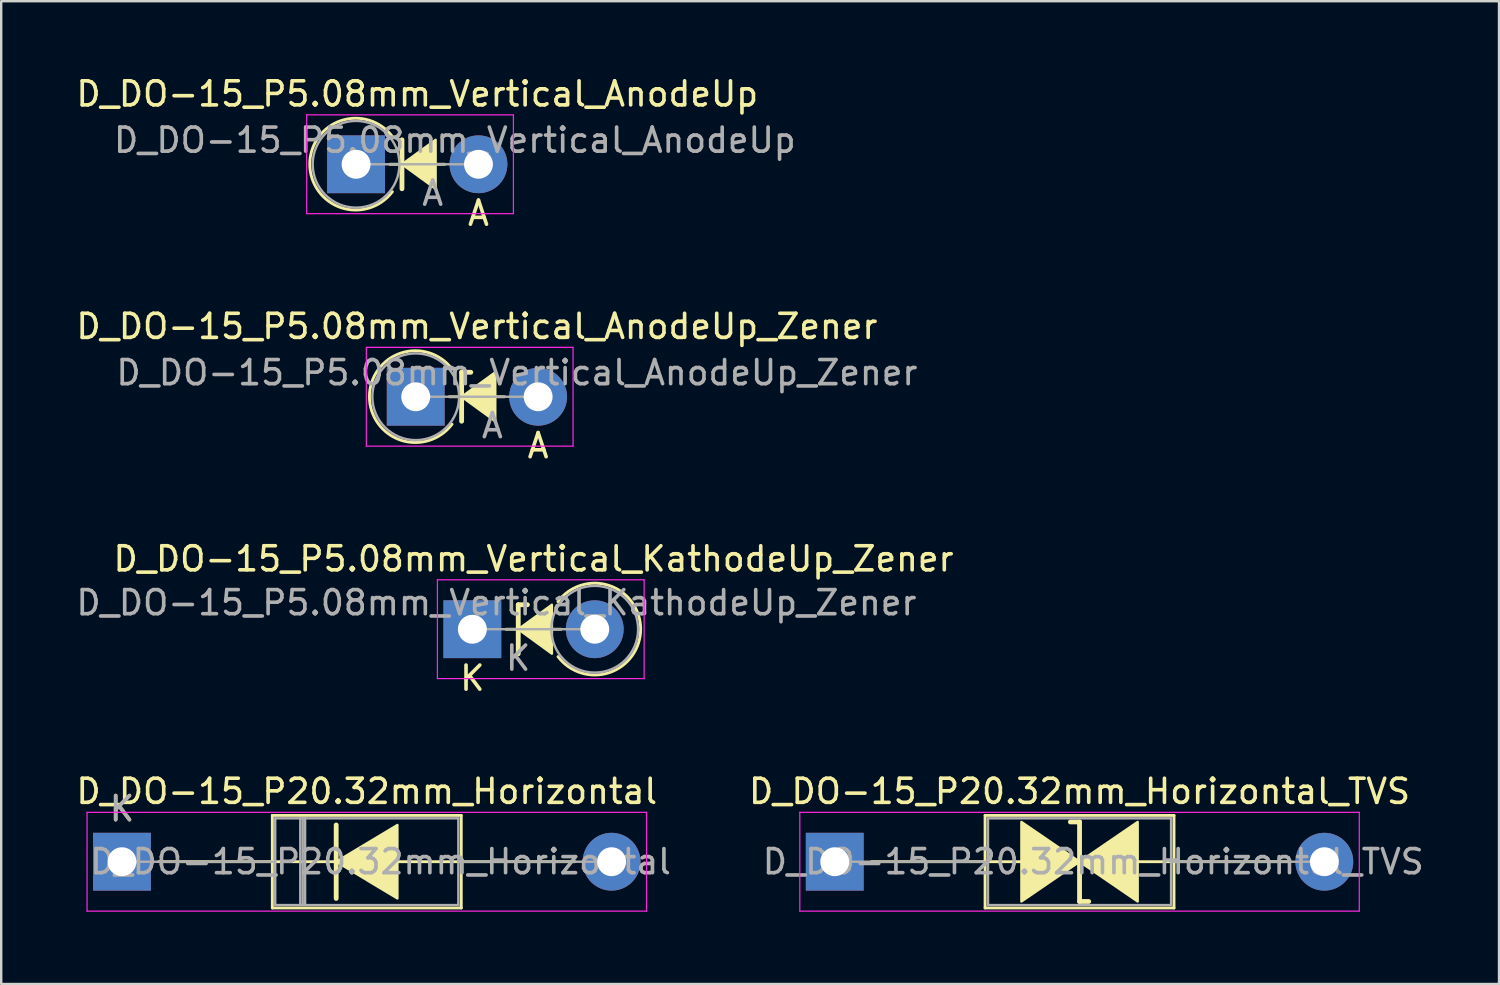
<source format=kicad_pcb>
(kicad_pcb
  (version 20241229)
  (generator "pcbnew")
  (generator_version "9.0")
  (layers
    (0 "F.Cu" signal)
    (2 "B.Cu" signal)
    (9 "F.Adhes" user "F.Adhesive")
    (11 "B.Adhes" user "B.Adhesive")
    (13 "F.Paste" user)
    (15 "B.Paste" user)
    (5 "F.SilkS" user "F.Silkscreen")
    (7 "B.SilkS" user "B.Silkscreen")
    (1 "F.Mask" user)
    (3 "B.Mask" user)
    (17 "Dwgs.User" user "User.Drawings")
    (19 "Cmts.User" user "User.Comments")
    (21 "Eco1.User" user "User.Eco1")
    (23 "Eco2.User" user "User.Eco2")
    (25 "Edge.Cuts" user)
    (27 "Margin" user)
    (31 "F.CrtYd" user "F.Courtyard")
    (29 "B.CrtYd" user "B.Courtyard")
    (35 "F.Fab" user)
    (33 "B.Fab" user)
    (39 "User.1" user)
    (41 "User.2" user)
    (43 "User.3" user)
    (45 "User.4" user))
  (footprint "D_DO-15_P20.32mm_Horizontal_TVS"
    (layer "F.Cu")
    (at 31.595 32.714)
    (property "Reference" "D_DO-15_P20.32mm_Horizontal_TVS" (at 10.16 -2.92 0) (layer "F.SilkS") (effects (font (size 1 1) (thickness 0.15))))
    (attr through_hole)
    (fp_line (start 1.524 0) (end 6.24 0) (stroke (width 0.12) (type solid)) (layer "F.SilkS"))
    (fp_line (start 6.24 -1.92) (end 6.24 1.92) (stroke (width 0.12) (type solid)) (layer "F.SilkS"))
    (fp_line (start 6.24 0) (end 7.747 0) (stroke (width 0.12) (type solid)) (layer "F.SilkS"))
    (fp_line (start 6.24 1.92) (end 14.08 1.92) (stroke (width 0.12) (type solid)) (layer "F.SilkS"))
    (fp_line (start 10.16 -1.651) (end 9.779 -1.651) (stroke (width 0.2) (type solid)) (layer "F.SilkS"))
    (fp_line (start 10.16 1.651) (end 10.16 -1.651) (stroke (width 0.2) (type solid)) (layer "F.SilkS"))
    (fp_line (start 10.541 1.651) (end 10.16 1.651) (stroke (width 0.2) (type solid)) (layer "F.SilkS"))
    (fp_line (start 14.08 -1.92) (end 6.24 -1.92) (stroke (width 0.12) (type solid)) (layer "F.SilkS"))
    (fp_line (start 14.08 1.92) (end 14.08 -1.92) (stroke (width 0.12) (type solid)) (layer "F.SilkS"))
    (fp_line (start 14.097 0) (end 12.573 0) (stroke (width 0.12) (type solid)) (layer "F.SilkS"))
    (fp_line (start 18.796 0) (end 14.08 0) (stroke (width 0.12) (type solid)) (layer "F.SilkS"))
    (fp_poly (pts (xy 10.16 0) (xy 7.747 1.651) (xy 7.747 -1.651)) (stroke (width 0.1) (type solid)) (fill yes) (layer "F.SilkS"))
    (fp_poly (pts (xy 10.16 0) (xy 12.573 -1.651) (xy 12.573 1.651)) (stroke (width 0.1) (type solid)) (fill yes) (layer "F.SilkS"))
    (fp_line (start -1.45 -2.05) (end -1.45 2.05) (stroke (width 0.05) (type solid)) (layer "F.CrtYd"))
    (fp_line (start -1.45 2.05) (end 21.77 2.05) (stroke (width 0.05) (type solid)) (layer "F.CrtYd"))
    (fp_line (start 21.77 -2.05) (end -1.45 -2.05) (stroke (width 0.05) (type solid)) (layer "F.CrtYd"))
    (fp_line (start 21.77 2.05) (end 21.77 -2.05) (stroke (width 0.05) (type solid)) (layer "F.CrtYd"))
    (fp_line (start 0 0) (end 6.36 0) (stroke (width 0.1) (type solid)) (layer "F.Fab"))
    (fp_line (start 6.36 -1.8) (end 6.36 1.8) (stroke (width 0.1) (type solid)) (layer "F.Fab"))
    (fp_line (start 6.36 1.8) (end 13.96 1.8) (stroke (width 0.1) (type solid)) (layer "F.Fab"))
    (fp_line (start 13.96 -1.8) (end 6.36 -1.8) (stroke (width 0.1) (type solid)) (layer "F.Fab"))
    (fp_line (start 13.96 1.8) (end 13.96 -1.8) (stroke (width 0.1) (type solid)) (layer "F.Fab"))
    (fp_line (start 20.32 0) (end 13.96 0) (stroke (width 0.1) (type solid)) (layer "F.Fab"))
    (fp_text user "${REFERENCE}" (at 10.73 0 0) (layer "F.Fab") (effects (font (size 1 1) (thickness 0.15))))
    (pad "1" thru_hole rect (at 0 0) (size 2.4 2.4) (drill 1.2) (layers "*.Cu" "*.Mask"))
    (pad "2" thru_hole oval (at 20.32 0) (size 2.4 2.4) (drill 1.2) (layers "*.Cu" "*.Mask")))
  (footprint "D_DO-15_P5.08mm_Vertical_AnodeUp_Zener"
    (layer "F.Cu")
    (at 14.204 13.417)
    (property "Reference" "D_DO-15_P5.08mm_Vertical_AnodeUp_Zener" (at 2.54 -2.92 0) (layer "F.SilkS") (effects (font (size 1 1) (thickness 0.15))))
    (attr through_hole)
    (fp_line (start 1.397 0) (end 2.413 0) (stroke (width 0.12) (type solid)) (layer "F.SilkS"))
    (fp_line (start 1.905 -1.016) (end 1.905 1.016) (stroke (width 0.2) (type solid)) (layer "F.SilkS"))
    (fp_line (start 1.905 -1.016) (end 2.286 -1.016) (stroke (width 0.2) (type solid)) (layer "F.SilkS"))
    (fp_line (start 1.92 0) (end 3.683 0) (stroke (width 0.12) (type solid)) (layer "F.SilkS"))
    (fp_arc (start 1.506315 1.139497) (mid -1.921017 -0.00711) (end 1.507982 -1.148722) (stroke (width 0.12) (type solid)) (layer "F.SilkS"))
    (fp_poly (pts (xy 3.302 1.016) (xy 1.905 0) (xy 3.302 -1.016)) (stroke (width 0.1) (type solid)) (fill yes) (layer "F.SilkS"))
    (fp_line (start -2.05 -2.05) (end -2.05 2.05) (stroke (width 0.05) (type solid)) (layer "F.CrtYd"))
    (fp_line (start -2.05 2.05) (end 6.53 2.05) (stroke (width 0.05) (type solid)) (layer "F.CrtYd"))
    (fp_line (start 6.53 -2.05) (end -2.05 -2.05) (stroke (width 0.05) (type solid)) (layer "F.CrtYd"))
    (fp_line (start 6.53 2.05) (end 6.53 -2.05) (stroke (width 0.05) (type solid)) (layer "F.CrtYd"))
    (fp_line (start 0 0) (end 5.08 0) (stroke (width 0.1) (type solid)) (layer "F.Fab"))
    (fp_circle (center 0 0) (end 1.8 0) (stroke (width 0.1) (type solid)) (fill no) (layer "F.Fab"))
    (fp_text user "A" (at 5.08 2.032 0) (layer "F.SilkS") (effects (font (size 1 1) (thickness 0.15))))
    (fp_text user "${REFERENCE}" (at 4.2 -1 0) (layer "F.Fab") (effects (font (size 1 1) (thickness 0.15))))
    (fp_text user "A" (at 3.18 1.2 0) (layer "F.Fab") (effects (font (size 1 1) (thickness 0.15))))
    (pad "1" thru_hole rect (at 0 0) (size 2.4 2.4) (drill 1.2) (layers "*.Cu" "*.Mask"))
    (pad "2" thru_hole oval (at 5.08 0) (size 2.4 2.4) (drill 1.2) (layers "*.Cu" "*.Mask")))
  (footprint "D_DO-15_P5.08mm_Vertical_AnodeUp"
    (layer "F.Cu")
    (at 11.728 3.768)
    (property "Reference" "D_DO-15_P5.08mm_Vertical_AnodeUp" (at 2.54 -2.92 0) (layer "F.SilkS") (effects (font (size 1 1) (thickness 0.15))))
    (attr through_hole)
    (fp_line (start 1.397 0) (end 2.413 0) (stroke (width 0.12) (type solid)) (layer "F.SilkS"))
    (fp_line (start 1.905 -1.016) (end 1.905 1.016) (stroke (width 0.2) (type solid)) (layer "F.SilkS"))
    (fp_line (start 1.92 0) (end 3.683 0) (stroke (width 0.12) (type solid)) (layer "F.SilkS"))
    (fp_arc (start 1.506315 1.139497) (mid -1.921017 -0.00711) (end 1.507982 -1.148722) (stroke (width 0.12) (type solid)) (layer "F.SilkS"))
    (fp_poly (pts (xy 3.302 1.016) (xy 1.905 0) (xy 3.302 -1.016)) (stroke (width 0.1) (type solid)) (fill yes) (layer "F.SilkS"))
    (fp_line (start -2.05 -2.05) (end -2.05 2.05) (stroke (width 0.05) (type solid)) (layer "F.CrtYd"))
    (fp_line (start -2.05 2.05) (end 6.53 2.05) (stroke (width 0.05) (type solid)) (layer "F.CrtYd"))
    (fp_line (start 6.53 -2.05) (end -2.05 -2.05) (stroke (width 0.05) (type solid)) (layer "F.CrtYd"))
    (fp_line (start 6.53 2.05) (end 6.53 -2.05) (stroke (width 0.05) (type solid)) (layer "F.CrtYd"))
    (fp_line (start 0 0) (end 5.08 0) (stroke (width 0.1) (type solid)) (layer "F.Fab"))
    (fp_circle (center 0 0) (end 1.8 0) (stroke (width 0.1) (type solid)) (fill no) (layer "F.Fab"))
    (fp_text user "A" (at 5.08 2.032 0) (layer "F.SilkS") (effects (font (size 1 1) (thickness 0.15))))
    (fp_text user "${REFERENCE}" (at 4.1 -1 0) (layer "F.Fab") (effects (font (size 1 1) (thickness 0.15))))
    (fp_text user "A" (at 3.18 1.2 0) (layer "F.Fab") (effects (font (size 1 1) (thickness 0.15))))
    (pad "1" thru_hole rect (at 0 0) (size 2.4 2.4) (drill 1.2) (layers "*.Cu" "*.Mask"))
    (pad "2" thru_hole oval (at 5.08 0) (size 2.4 2.4) (drill 1.2) (layers "*.Cu" "*.Mask")))
  (footprint "D_DO-15_P20.32mm_Horizontal"
    (layer "F.Cu")
    (at 2.013 32.714)
    (property "Reference" "D_DO-15_P20.32mm_Horizontal" (at 10.16 -2.92 0) (layer "F.SilkS") (effects (font (size 1 1) (thickness 0.15))))
    (attr through_hole)
    (fp_line (start 1.524 0) (end 6.24 0) (stroke (width 0.12) (type solid)) (layer "F.SilkS"))
    (fp_line (start 6.24 -1.92) (end 6.24 1.92) (stroke (width 0.12) (type solid)) (layer "F.SilkS"))
    (fp_line (start 6.24 1.92) (end 14.08 1.92) (stroke (width 0.12) (type solid)) (layer "F.SilkS"))
    (fp_line (start 8.89 -1.524) (end 8.89 1.524) (stroke (width 0.2) (type solid)) (layer "F.SilkS"))
    (fp_line (start 8.89 0) (end 6.24 0) (stroke (width 0.12) (type solid)) (layer "F.SilkS"))
    (fp_line (start 14.08 -1.92) (end 6.24 -1.92) (stroke (width 0.12) (type solid)) (layer "F.SilkS"))
    (fp_line (start 14.08 0) (end 11.43 0) (stroke (width 0.12) (type solid)) (layer "F.SilkS"))
    (fp_line (start 14.08 1.92) (end 14.08 -1.92) (stroke (width 0.12) (type solid)) (layer "F.SilkS"))
    (fp_line (start 18.796 0) (end 14.08 0) (stroke (width 0.12) (type solid)) (layer "F.SilkS"))
    (fp_poly (pts (xy 11.43 1.524) (xy 8.89 0) (xy 11.43 -1.524)) (stroke (width 0.1) (type solid)) (fill yes) (layer "F.SilkS"))
    (fp_line (start -1.45 -2.05) (end -1.45 2.05) (stroke (width 0.05) (type solid)) (layer "F.CrtYd"))
    (fp_line (start -1.45 2.05) (end 21.77 2.05) (stroke (width 0.05) (type solid)) (layer "F.CrtYd"))
    (fp_line (start 21.77 -2.05) (end -1.45 -2.05) (stroke (width 0.05) (type solid)) (layer "F.CrtYd"))
    (fp_line (start 21.77 2.05) (end 21.77 -2.05) (stroke (width 0.05) (type solid)) (layer "F.CrtYd"))
    (fp_line (start 0 0) (end 6.36 0) (stroke (width 0.1) (type solid)) (layer "F.Fab"))
    (fp_line (start 6.36 -1.8) (end 6.36 1.8) (stroke (width 0.1) (type solid)) (layer "F.Fab"))
    (fp_line (start 6.36 1.8) (end 13.96 1.8) (stroke (width 0.1) (type solid)) (layer "F.Fab"))
    (fp_line (start 7.4 -1.8) (end 7.4 1.8) (stroke (width 0.1) (type solid)) (layer "F.Fab"))
    (fp_line (start 7.5 -1.8) (end 7.5 1.8) (stroke (width 0.1) (type solid)) (layer "F.Fab"))
    (fp_line (start 7.6 -1.8) (end 7.6 1.8) (stroke (width 0.1) (type solid)) (layer "F.Fab"))
    (fp_line (start 13.96 -1.8) (end 6.36 -1.8) (stroke (width 0.1) (type solid)) (layer "F.Fab"))
    (fp_line (start 13.96 1.8) (end 13.96 -1.8) (stroke (width 0.1) (type solid)) (layer "F.Fab"))
    (fp_line (start 20.32 0) (end 13.96 0) (stroke (width 0.1) (type solid)) (layer "F.Fab"))
    (fp_text user "K" (at 0 -2.2 0) (layer "F.SilkS") (effects (font (size 1 1) (thickness 0.15))))
    (fp_text user "${REFERENCE}" (at 10.73 0 0) (layer "F.Fab") (effects (font (size 1 1) (thickness 0.15))))
    (fp_text user "K" (at 0 -2.2 0) (layer "F.Fab") (effects (font (size 1 1) (thickness 0.15))))
    (pad "1" thru_hole rect (at 0 0) (size 2.4 2.4) (drill 1.2) (layers "*.Cu" "*.Mask"))
    (pad "2" thru_hole oval (at 20.32 0) (size 2.4 2.4) (drill 1.2) (layers "*.Cu" "*.Mask")))
  (footprint "D_DO-15_P5.08mm_Vertical_KathodeUp_Zener"
    (layer "F.Cu")
    (at 16.554 23.065)
    (property "Reference" "D_DO-15_P5.08mm_Vertical_KathodeUp_Zener" (at 2.54 -2.92 0) (layer "F.SilkS") (effects (font (size 1 1) (thickness 0.15))))
    (attr through_hole)
    (fp_line (start 1.397 0) (end 2.413 0) (stroke (width 0.12) (type solid)) (layer "F.SilkS"))
    (fp_line (start 1.905 -1.016) (end 1.905 1.016) (stroke (width 0.2) (type solid)) (layer "F.SilkS"))
    (fp_line (start 1.905 -1.016) (end 2.286 -1.016) (stroke (width 0.2) (type solid)) (layer "F.SilkS"))
    (fp_line (start 1.92 0) (end 3.683 0) (stroke (width 0.12) (type solid)) (layer "F.SilkS"))
    (fp_arc (start 3.553011 -1.144726) (mid 6.984999 -0.008217) (end 3.556 1.137278) (stroke (width 0.12) (type solid)) (layer "F.SilkS"))
    (fp_poly (pts (xy 3.302 1.016) (xy 1.905 0) (xy 3.302 -1.016)) (stroke (width 0.1) (type solid)) (fill yes) (layer "F.SilkS"))
    (fp_line (start -1.45 -2.05) (end -1.45 2.05) (stroke (width 0.05) (type solid)) (layer "F.CrtYd"))
    (fp_line (start -1.45 2.05) (end 7.13 2.05) (stroke (width 0.05) (type solid)) (layer "F.CrtYd"))
    (fp_line (start 7.13 -2.05) (end -1.45 -2.05) (stroke (width 0.05) (type solid)) (layer "F.CrtYd"))
    (fp_line (start 7.13 2.05) (end 7.13 -2.05) (stroke (width 0.05) (type solid)) (layer "F.CrtYd"))
    (fp_line (start 0 0) (end 5.08 0) (stroke (width 0.1) (type solid)) (layer "F.Fab"))
    (fp_circle (center 5.08 0) (end 6.88 0) (stroke (width 0.1) (type solid)) (fill no) (layer "F.Fab"))
    (fp_text user "K" (at 0 2.032 0) (layer "F.SilkS") (effects (font (size 1 1) (thickness 0.15))))
    (fp_text user "${REFERENCE}" (at 1 -1.1 0) (layer "F.Fab") (effects (font (size 1 1) (thickness 0.15))))
    (fp_text user "K" (at 1.9 1.2 0) (layer "F.Fab") (effects (font (size 1 1) (thickness 0.15))))
    (pad "1" thru_hole rect (at 0 0) (size 2.4 2.4) (drill 1.2) (layers "*.Cu" "*.Mask"))
    (pad "2" thru_hole oval (at 5.08 0) (size 2.4 2.4) (drill 1.2) (layers "*.Cu" "*.Mask")))
  (gr_rect
    (start -3 -3)
    (end 59.164 37.789)
    (stroke (width 0.1) (type default))
    (fill no)
    (layer "Edge.Cuts")))
</source>
